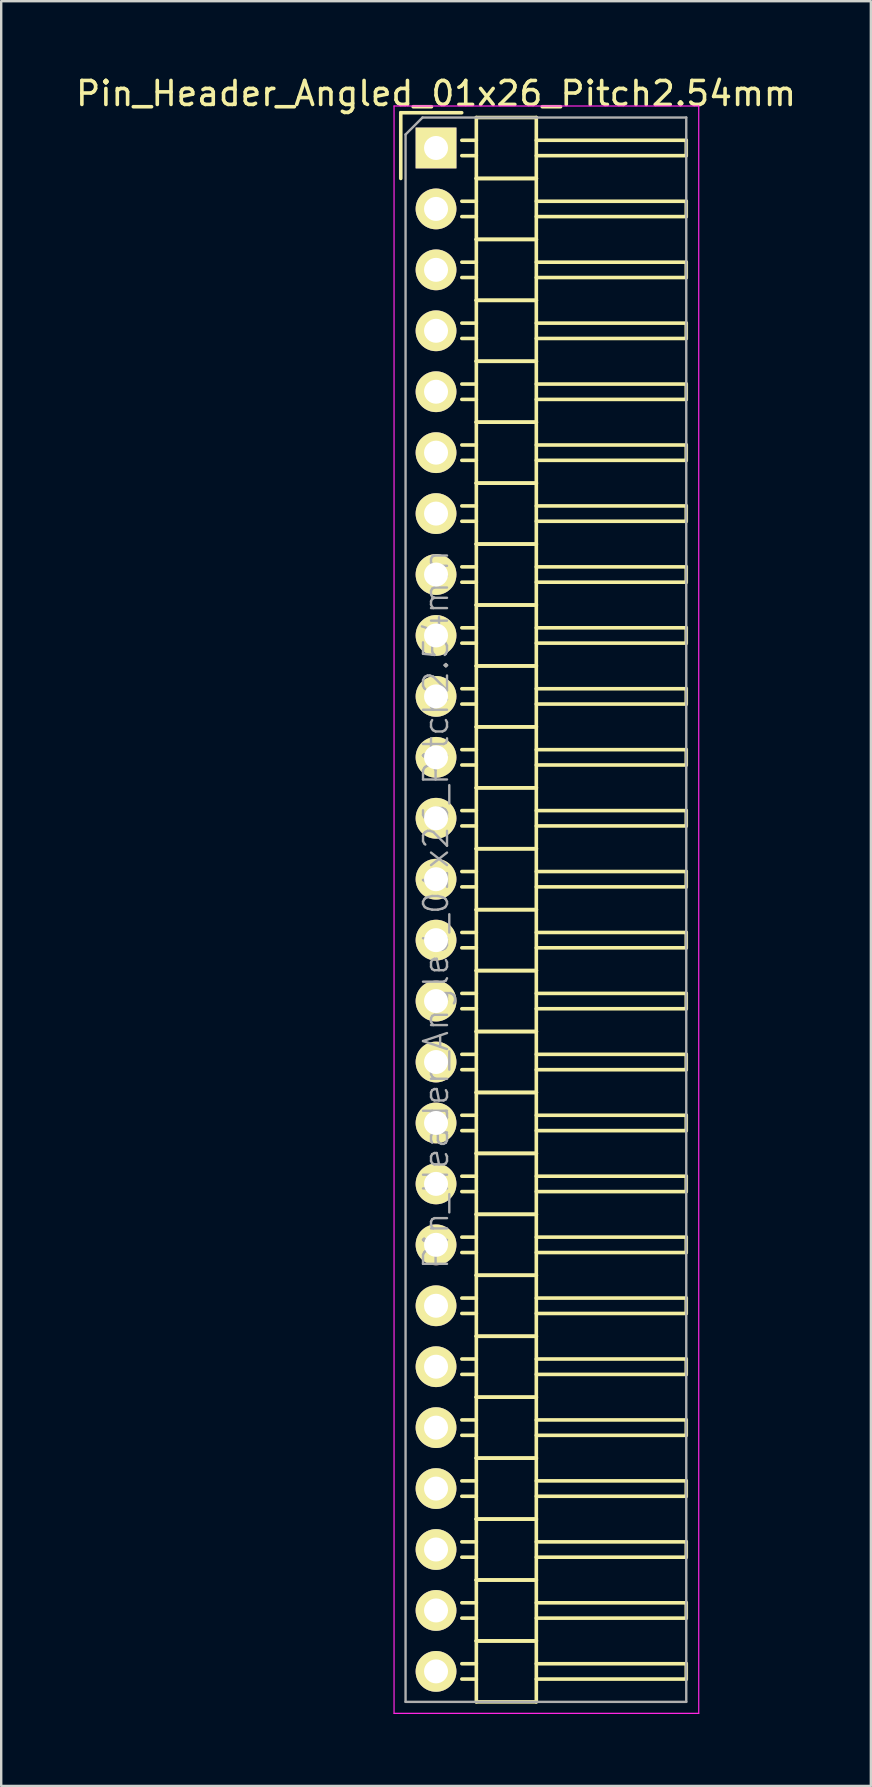
<source format=kicad_pcb>
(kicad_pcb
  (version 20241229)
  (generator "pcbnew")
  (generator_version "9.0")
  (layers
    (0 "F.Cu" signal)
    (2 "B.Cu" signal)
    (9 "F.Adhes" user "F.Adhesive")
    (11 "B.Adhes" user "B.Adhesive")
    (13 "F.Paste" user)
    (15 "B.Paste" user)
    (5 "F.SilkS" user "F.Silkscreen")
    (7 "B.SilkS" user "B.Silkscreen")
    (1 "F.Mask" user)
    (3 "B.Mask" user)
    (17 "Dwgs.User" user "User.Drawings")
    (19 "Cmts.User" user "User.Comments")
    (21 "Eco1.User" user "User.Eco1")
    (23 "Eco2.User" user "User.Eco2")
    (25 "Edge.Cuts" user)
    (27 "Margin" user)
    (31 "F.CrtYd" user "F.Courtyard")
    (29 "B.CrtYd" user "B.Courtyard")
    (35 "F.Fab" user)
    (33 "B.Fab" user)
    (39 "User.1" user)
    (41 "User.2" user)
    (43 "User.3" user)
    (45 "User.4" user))
  (footprint "Pin_Header_Angled_01x26_Pitch2.54mm"
    (layer "F.Cu")
    (at 15.125 3.118)
    (property "Reference" "Pin_Header_Angled_01x26_Pitch2.54mm" (at 0 -2.27 0) (layer "F.SilkS") (effects (font (size 1 1) (thickness 0.15))))
    (attr smd)
    (fp_line (start -1.47 -1.47) (end -1.47 1.27) (stroke (width 0.15) (type solid)) (layer "F.SilkS"))
    (fp_line (start -1.47 -1.47) (end 1.07 -1.47) (stroke (width 0.15) (type solid)) (layer "F.SilkS"))
    (fp_line (start 1.68 -0.32) (end 1.075 -0.32) (stroke (width 0.15) (type solid)) (layer "F.SilkS"))
    (fp_line (start 1.68 0.32) (end 1.075 0.32) (stroke (width 0.15) (type solid)) (layer "F.SilkS"))
    (fp_line (start 1.68 1.27) (end 1.68 -1.27) (stroke (width 0.15) (type solid)) (layer "F.SilkS"))
    (fp_line (start 1.68 2.22) (end 1.075 2.22) (stroke (width 0.15) (type solid)) (layer "F.SilkS"))
    (fp_line (start 1.68 2.86) (end 1.075 2.86) (stroke (width 0.15) (type solid)) (layer "F.SilkS"))
    (fp_line (start 1.68 3.81) (end 1.68 1.27) (stroke (width 0.15) (type solid)) (layer "F.SilkS"))
    (fp_line (start 1.68 4.76) (end 1.075 4.76) (stroke (width 0.15) (type solid)) (layer "F.SilkS"))
    (fp_line (start 1.68 5.4) (end 1.075 5.4) (stroke (width 0.15) (type solid)) (layer "F.SilkS"))
    (fp_line (start 1.68 6.35) (end 1.68 3.81) (stroke (width 0.15) (type solid)) (layer "F.SilkS"))
    (fp_line (start 1.68 7.3) (end 1.075 7.3) (stroke (width 0.15) (type solid)) (layer "F.SilkS"))
    (fp_line (start 1.68 7.94) (end 1.075 7.94) (stroke (width 0.15) (type solid)) (layer "F.SilkS"))
    (fp_line (start 1.68 8.89) (end 1.68 6.35) (stroke (width 0.15) (type solid)) (layer "F.SilkS"))
    (fp_line (start 1.68 9.84) (end 1.075 9.84) (stroke (width 0.15) (type solid)) (layer "F.SilkS"))
    (fp_line (start 1.68 10.48) (end 1.075 10.48) (stroke (width 0.15) (type solid)) (layer "F.SilkS"))
    (fp_line (start 1.68 11.43) (end 1.68 8.89) (stroke (width 0.15) (type solid)) (layer "F.SilkS"))
    (fp_line (start 1.68 12.38) (end 1.075 12.38) (stroke (width 0.15) (type solid)) (layer "F.SilkS"))
    (fp_line (start 1.68 13.02) (end 1.075 13.02) (stroke (width 0.15) (type solid)) (layer "F.SilkS"))
    (fp_line (start 1.68 13.97) (end 1.68 11.43) (stroke (width 0.15) (type solid)) (layer "F.SilkS"))
    (fp_line (start 1.68 14.92) (end 1.075 14.92) (stroke (width 0.15) (type solid)) (layer "F.SilkS"))
    (fp_line (start 1.68 15.56) (end 1.075 15.56) (stroke (width 0.15) (type solid)) (layer "F.SilkS"))
    (fp_line (start 1.68 16.51) (end 1.68 13.97) (stroke (width 0.15) (type solid)) (layer "F.SilkS"))
    (fp_line (start 1.68 17.46) (end 1.075 17.46) (stroke (width 0.15) (type solid)) (layer "F.SilkS"))
    (fp_line (start 1.68 18.1) (end 1.075 18.1) (stroke (width 0.15) (type solid)) (layer "F.SilkS"))
    (fp_line (start 1.68 19.05) (end 1.68 16.51) (stroke (width 0.15) (type solid)) (layer "F.SilkS"))
    (fp_line (start 1.68 20) (end 1.075 20) (stroke (width 0.15) (type solid)) (layer "F.SilkS"))
    (fp_line (start 1.68 20.64) (end 1.075 20.64) (stroke (width 0.15) (type solid)) (layer "F.SilkS"))
    (fp_line (start 1.68 21.59) (end 1.68 19.05) (stroke (width 0.15) (type solid)) (layer "F.SilkS"))
    (fp_line (start 1.68 22.54) (end 1.075 22.54) (stroke (width 0.15) (type solid)) (layer "F.SilkS"))
    (fp_line (start 1.68 23.18) (end 1.075 23.18) (stroke (width 0.15) (type solid)) (layer "F.SilkS"))
    (fp_line (start 1.68 24.13) (end 1.68 21.59) (stroke (width 0.15) (type solid)) (layer "F.SilkS"))
    (fp_line (start 1.68 25.08) (end 1.075 25.08) (stroke (width 0.15) (type solid)) (layer "F.SilkS"))
    (fp_line (start 1.68 25.72) (end 1.075 25.72) (stroke (width 0.15) (type solid)) (layer "F.SilkS"))
    (fp_line (start 1.68 26.67) (end 1.68 24.13) (stroke (width 0.15) (type solid)) (layer "F.SilkS"))
    (fp_line (start 1.68 27.62) (end 1.075 27.62) (stroke (width 0.15) (type solid)) (layer "F.SilkS"))
    (fp_line (start 1.68 28.26) (end 1.075 28.26) (stroke (width 0.15) (type solid)) (layer "F.SilkS"))
    (fp_line (start 1.68 29.21) (end 1.68 26.67) (stroke (width 0.15) (type solid)) (layer "F.SilkS"))
    (fp_line (start 1.68 30.16) (end 1.075 30.16) (stroke (width 0.15) (type solid)) (layer "F.SilkS"))
    (fp_line (start 1.68 30.8) (end 1.075 30.8) (stroke (width 0.15) (type solid)) (layer "F.SilkS"))
    (fp_line (start 1.68 31.75) (end 1.68 29.21) (stroke (width 0.15) (type solid)) (layer "F.SilkS"))
    (fp_line (start 1.68 32.7) (end 1.075 32.7) (stroke (width 0.15) (type solid)) (layer "F.SilkS"))
    (fp_line (start 1.68 33.34) (end 1.075 33.34) (stroke (width 0.15) (type solid)) (layer "F.SilkS"))
    (fp_line (start 1.68 34.29) (end 1.68 31.75) (stroke (width 0.15) (type solid)) (layer "F.SilkS"))
    (fp_line (start 1.68 35.24) (end 1.075 35.24) (stroke (width 0.15) (type solid)) (layer "F.SilkS"))
    (fp_line (start 1.68 35.88) (end 1.075 35.88) (stroke (width 0.15) (type solid)) (layer "F.SilkS"))
    (fp_line (start 1.68 36.83) (end 1.68 34.29) (stroke (width 0.15) (type solid)) (layer "F.SilkS"))
    (fp_line (start 1.68 37.78) (end 1.075 37.78) (stroke (width 0.15) (type solid)) (layer "F.SilkS"))
    (fp_line (start 1.68 38.42) (end 1.075 38.42) (stroke (width 0.15) (type solid)) (layer "F.SilkS"))
    (fp_line (start 1.68 39.37) (end 1.68 36.83) (stroke (width 0.15) (type solid)) (layer "F.SilkS"))
    (fp_line (start 1.68 40.32) (end 1.075 40.32) (stroke (width 0.15) (type solid)) (layer "F.SilkS"))
    (fp_line (start 1.68 40.96) (end 1.075 40.96) (stroke (width 0.15) (type solid)) (layer "F.SilkS"))
    (fp_line (start 1.68 41.91) (end 1.68 39.37) (stroke (width 0.15) (type solid)) (layer "F.SilkS"))
    (fp_line (start 1.68 42.86) (end 1.075 42.86) (stroke (width 0.15) (type solid)) (layer "F.SilkS"))
    (fp_line (start 1.68 43.5) (end 1.075 43.5) (stroke (width 0.15) (type solid)) (layer "F.SilkS"))
    (fp_line (start 1.68 44.45) (end 1.68 41.91) (stroke (width 0.15) (type solid)) (layer "F.SilkS"))
    (fp_line (start 1.68 45.4) (end 1.075 45.4) (stroke (width 0.15) (type solid)) (layer "F.SilkS"))
    (fp_line (start 1.68 46.04) (end 1.075 46.04) (stroke (width 0.15) (type solid)) (layer "F.SilkS"))
    (fp_line (start 1.68 46.99) (end 1.68 44.45) (stroke (width 0.15) (type solid)) (layer "F.SilkS"))
    (fp_line (start 1.68 47.94) (end 1.075 47.94) (stroke (width 0.15) (type solid)) (layer "F.SilkS"))
    (fp_line (start 1.68 48.58) (end 1.075 48.58) (stroke (width 0.15) (type solid)) (layer "F.SilkS"))
    (fp_line (start 1.68 49.53) (end 1.68 46.99) (stroke (width 0.15) (type solid)) (layer "F.SilkS"))
    (fp_line (start 1.68 50.48) (end 1.075 50.48) (stroke (width 0.15) (type solid)) (layer "F.SilkS"))
    (fp_line (start 1.68 51.12) (end 1.075 51.12) (stroke (width 0.15) (type solid)) (layer "F.SilkS"))
    (fp_line (start 1.68 52.07) (end 1.68 49.53) (stroke (width 0.15) (type solid)) (layer "F.SilkS"))
    (fp_line (start 1.68 53.02) (end 1.075 53.02) (stroke (width 0.15) (type solid)) (layer "F.SilkS"))
    (fp_line (start 1.68 53.66) (end 1.075 53.66) (stroke (width 0.15) (type solid)) (layer "F.SilkS"))
    (fp_line (start 1.68 54.61) (end 1.68 52.07) (stroke (width 0.15) (type solid)) (layer "F.SilkS"))
    (fp_line (start 1.68 55.56) (end 1.075 55.56) (stroke (width 0.15) (type solid)) (layer "F.SilkS"))
    (fp_line (start 1.68 56.2) (end 1.075 56.2) (stroke (width 0.15) (type solid)) (layer "F.SilkS"))
    (fp_line (start 1.68 57.15) (end 1.68 54.61) (stroke (width 0.15) (type solid)) (layer "F.SilkS"))
    (fp_line (start 1.68 58.1) (end 1.075 58.1) (stroke (width 0.15) (type solid)) (layer "F.SilkS"))
    (fp_line (start 1.68 58.74) (end 1.075 58.74) (stroke (width 0.15) (type solid)) (layer "F.SilkS"))
    (fp_line (start 1.68 59.69) (end 1.68 57.15) (stroke (width 0.15) (type solid)) (layer "F.SilkS"))
    (fp_line (start 1.68 60.64) (end 1.075 60.64) (stroke (width 0.15) (type solid)) (layer "F.SilkS"))
    (fp_line (start 1.68 61.28) (end 1.075 61.28) (stroke (width 0.15) (type solid)) (layer "F.SilkS"))
    (fp_line (start 1.68 62.23) (end 1.68 59.69) (stroke (width 0.15) (type solid)) (layer "F.SilkS"))
    (fp_line (start 1.68 63.18) (end 1.075 63.18) (stroke (width 0.15) (type solid)) (layer "F.SilkS"))
    (fp_line (start 1.68 63.82) (end 1.075 63.82) (stroke (width 0.15) (type solid)) (layer "F.SilkS"))
    (fp_line (start 1.68 64.77) (end 1.68 62.23) (stroke (width 0.15) (type solid)) (layer "F.SilkS"))
    (fp_line (start 4.18 -1.27) (end 1.68 -1.27) (stroke (width 0.15) (type solid)) (layer "F.SilkS"))
    (fp_line (start 4.18 -0.32) (end 10.43 -0.32) (stroke (width 0.15) (type solid)) (layer "F.SilkS"))
    (fp_line (start 4.18 0.32) (end 10.43 0.32) (stroke (width 0.15) (type solid)) (layer "F.SilkS"))
    (fp_line (start 4.18 1.27) (end 1.68 1.27) (stroke (width 0.15) (type solid)) (layer "F.SilkS"))
    (fp_line (start 4.18 1.27) (end 1.68 1.27) (stroke (width 0.15) (type solid)) (layer "F.SilkS"))
    (fp_line (start 4.18 1.27) (end 4.18 -1.27) (stroke (width 0.15) (type solid)) (layer "F.SilkS"))
    (fp_line (start 4.18 2.22) (end 10.43 2.22) (stroke (width 0.15) (type solid)) (layer "F.SilkS"))
    (fp_line (start 4.18 2.86) (end 10.43 2.86) (stroke (width 0.15) (type solid)) (layer "F.SilkS"))
    (fp_line (start 4.18 3.81) (end 1.68 3.81) (stroke (width 0.15) (type solid)) (layer "F.SilkS"))
    (fp_line (start 4.18 3.81) (end 1.68 3.81) (stroke (width 0.15) (type solid)) (layer "F.SilkS"))
    (fp_line (start 4.18 3.81) (end 4.18 1.27) (stroke (width 0.15) (type solid)) (layer "F.SilkS"))
    (fp_line (start 4.18 4.76) (end 10.43 4.76) (stroke (width 0.15) (type solid)) (layer "F.SilkS"))
    (fp_line (start 4.18 5.4) (end 10.43 5.4) (stroke (width 0.15) (type solid)) (layer "F.SilkS"))
    (fp_line (start 4.18 6.35) (end 1.68 6.35) (stroke (width 0.15) (type solid)) (layer "F.SilkS"))
    (fp_line (start 4.18 6.35) (end 1.68 6.35) (stroke (width 0.15) (type solid)) (layer "F.SilkS"))
    (fp_line (start 4.18 6.35) (end 4.18 3.81) (stroke (width 0.15) (type solid)) (layer "F.SilkS"))
    (fp_line (start 4.18 7.3) (end 10.43 7.3) (stroke (width 0.15) (type solid)) (layer "F.SilkS"))
    (fp_line (start 4.18 7.94) (end 10.43 7.94) (stroke (width 0.15) (type solid)) (layer "F.SilkS"))
    (fp_line (start 4.18 8.89) (end 1.68 8.89) (stroke (width 0.15) (type solid)) (layer "F.SilkS"))
    (fp_line (start 4.18 8.89) (end 1.68 8.89) (stroke (width 0.15) (type solid)) (layer "F.SilkS"))
    (fp_line (start 4.18 8.89) (end 4.18 6.35) (stroke (width 0.15) (type solid)) (layer "F.SilkS"))
    (fp_line (start 4.18 9.84) (end 10.43 9.84) (stroke (width 0.15) (type solid)) (layer "F.SilkS"))
    (fp_line (start 4.18 10.48) (end 10.43 10.48) (stroke (width 0.15) (type solid)) (layer "F.SilkS"))
    (fp_line (start 4.18 11.43) (end 1.68 11.43) (stroke (width 0.15) (type solid)) (layer "F.SilkS"))
    (fp_line (start 4.18 11.43) (end 1.68 11.43) (stroke (width 0.15) (type solid)) (layer "F.SilkS"))
    (fp_line (start 4.18 11.43) (end 4.18 8.89) (stroke (width 0.15) (type solid)) (layer "F.SilkS"))
    (fp_line (start 4.18 12.38) (end 10.43 12.38) (stroke (width 0.15) (type solid)) (layer "F.SilkS"))
    (fp_line (start 4.18 13.02) (end 10.43 13.02) (stroke (width 0.15) (type solid)) (layer "F.SilkS"))
    (fp_line (start 4.18 13.97) (end 1.68 13.97) (stroke (width 0.15) (type solid)) (layer "F.SilkS"))
    (fp_line (start 4.18 13.97) (end 1.68 13.97) (stroke (width 0.15) (type solid)) (layer "F.SilkS"))
    (fp_line (start 4.18 13.97) (end 4.18 11.43) (stroke (width 0.15) (type solid)) (layer "F.SilkS"))
    (fp_line (start 4.18 14.92) (end 10.43 14.92) (stroke (width 0.15) (type solid)) (layer "F.SilkS"))
    (fp_line (start 4.18 15.56) (end 10.43 15.56) (stroke (width 0.15) (type solid)) (layer "F.SilkS"))
    (fp_line (start 4.18 16.51) (end 1.68 16.51) (stroke (width 0.15) (type solid)) (layer "F.SilkS"))
    (fp_line (start 4.18 16.51) (end 1.68 16.51) (stroke (width 0.15) (type solid)) (layer "F.SilkS"))
    (fp_line (start 4.18 16.51) (end 4.18 13.97) (stroke (width 0.15) (type solid)) (layer "F.SilkS"))
    (fp_line (start 4.18 17.46) (end 10.43 17.46) (stroke (width 0.15) (type solid)) (layer "F.SilkS"))
    (fp_line (start 4.18 18.1) (end 10.43 18.1) (stroke (width 0.15) (type solid)) (layer "F.SilkS"))
    (fp_line (start 4.18 19.05) (end 1.68 19.05) (stroke (width 0.15) (type solid)) (layer "F.SilkS"))
    (fp_line (start 4.18 19.05) (end 1.68 19.05) (stroke (width 0.15) (type solid)) (layer "F.SilkS"))
    (fp_line (start 4.18 19.05) (end 4.18 16.51) (stroke (width 0.15) (type solid)) (layer "F.SilkS"))
    (fp_line (start 4.18 20) (end 10.43 20) (stroke (width 0.15) (type solid)) (layer "F.SilkS"))
    (fp_line (start 4.18 20.64) (end 10.43 20.64) (stroke (width 0.15) (type solid)) (layer "F.SilkS"))
    (fp_line (start 4.18 21.59) (end 1.68 21.59) (stroke (width 0.15) (type solid)) (layer "F.SilkS"))
    (fp_line (start 4.18 21.59) (end 1.68 21.59) (stroke (width 0.15) (type solid)) (layer "F.SilkS"))
    (fp_line (start 4.18 21.59) (end 4.18 19.05) (stroke (width 0.15) (type solid)) (layer "F.SilkS"))
    (fp_line (start 4.18 22.54) (end 10.43 22.54) (stroke (width 0.15) (type solid)) (layer "F.SilkS"))
    (fp_line (start 4.18 23.18) (end 10.43 23.18) (stroke (width 0.15) (type solid)) (layer "F.SilkS"))
    (fp_line (start 4.18 24.13) (end 1.68 24.13) (stroke (width 0.15) (type solid)) (layer "F.SilkS"))
    (fp_line (start 4.18 24.13) (end 1.68 24.13) (stroke (width 0.15) (type solid)) (layer "F.SilkS"))
    (fp_line (start 4.18 24.13) (end 4.18 21.59) (stroke (width 0.15) (type solid)) (layer "F.SilkS"))
    (fp_line (start 4.18 25.08) (end 10.43 25.08) (stroke (width 0.15) (type solid)) (layer "F.SilkS"))
    (fp_line (start 4.18 25.72) (end 10.43 25.72) (stroke (width 0.15) (type solid)) (layer "F.SilkS"))
    (fp_line (start 4.18 26.67) (end 1.68 26.67) (stroke (width 0.15) (type solid)) (layer "F.SilkS"))
    (fp_line (start 4.18 26.67) (end 1.68 26.67) (stroke (width 0.15) (type solid)) (layer "F.SilkS"))
    (fp_line (start 4.18 26.67) (end 4.18 24.13) (stroke (width 0.15) (type solid)) (layer "F.SilkS"))
    (fp_line (start 4.18 27.62) (end 10.43 27.62) (stroke (width 0.15) (type solid)) (layer "F.SilkS"))
    (fp_line (start 4.18 28.26) (end 10.43 28.26) (stroke (width 0.15) (type solid)) (layer "F.SilkS"))
    (fp_line (start 4.18 29.21) (end 1.68 29.21) (stroke (width 0.15) (type solid)) (layer "F.SilkS"))
    (fp_line (start 4.18 29.21) (end 1.68 29.21) (stroke (width 0.15) (type solid)) (layer "F.SilkS"))
    (fp_line (start 4.18 29.21) (end 4.18 26.67) (stroke (width 0.15) (type solid)) (layer "F.SilkS"))
    (fp_line (start 4.18 30.16) (end 10.43 30.16) (stroke (width 0.15) (type solid)) (layer "F.SilkS"))
    (fp_line (start 4.18 30.8) (end 10.43 30.8) (stroke (width 0.15) (type solid)) (layer "F.SilkS"))
    (fp_line (start 4.18 31.75) (end 1.68 31.75) (stroke (width 0.15) (type solid)) (layer "F.SilkS"))
    (fp_line (start 4.18 31.75) (end 1.68 31.75) (stroke (width 0.15) (type solid)) (layer "F.SilkS"))
    (fp_line (start 4.18 31.75) (end 4.18 29.21) (stroke (width 0.15) (type solid)) (layer "F.SilkS"))
    (fp_line (start 4.18 32.7) (end 10.43 32.7) (stroke (width 0.15) (type solid)) (layer "F.SilkS"))
    (fp_line (start 4.18 33.34) (end 10.43 33.34) (stroke (width 0.15) (type solid)) (layer "F.SilkS"))
    (fp_line (start 4.18 34.29) (end 1.68 34.29) (stroke (width 0.15) (type solid)) (layer "F.SilkS"))
    (fp_line (start 4.18 34.29) (end 1.68 34.29) (stroke (width 0.15) (type solid)) (layer "F.SilkS"))
    (fp_line (start 4.18 34.29) (end 4.18 31.75) (stroke (width 0.15) (type solid)) (layer "F.SilkS"))
    (fp_line (start 4.18 35.24) (end 10.43 35.24) (stroke (width 0.15) (type solid)) (layer "F.SilkS"))
    (fp_line (start 4.18 35.88) (end 10.43 35.88) (stroke (width 0.15) (type solid)) (layer "F.SilkS"))
    (fp_line (start 4.18 36.83) (end 1.68 36.83) (stroke (width 0.15) (type solid)) (layer "F.SilkS"))
    (fp_line (start 4.18 36.83) (end 1.68 36.83) (stroke (width 0.15) (type solid)) (layer "F.SilkS"))
    (fp_line (start 4.18 36.83) (end 4.18 34.29) (stroke (width 0.15) (type solid)) (layer "F.SilkS"))
    (fp_line (start 4.18 37.78) (end 10.43 37.78) (stroke (width 0.15) (type solid)) (layer "F.SilkS"))
    (fp_line (start 4.18 38.42) (end 10.43 38.42) (stroke (width 0.15) (type solid)) (layer "F.SilkS"))
    (fp_line (start 4.18 39.37) (end 1.68 39.37) (stroke (width 0.15) (type solid)) (layer "F.SilkS"))
    (fp_line (start 4.18 39.37) (end 1.68 39.37) (stroke (width 0.15) (type solid)) (layer "F.SilkS"))
    (fp_line (start 4.18 39.37) (end 4.18 36.83) (stroke (width 0.15) (type solid)) (layer "F.SilkS"))
    (fp_line (start 4.18 40.32) (end 10.43 40.32) (stroke (width 0.15) (type solid)) (layer "F.SilkS"))
    (fp_line (start 4.18 40.96) (end 10.43 40.96) (stroke (width 0.15) (type solid)) (layer "F.SilkS"))
    (fp_line (start 4.18 41.91) (end 1.68 41.91) (stroke (width 0.15) (type solid)) (layer "F.SilkS"))
    (fp_line (start 4.18 41.91) (end 1.68 41.91) (stroke (width 0.15) (type solid)) (layer "F.SilkS"))
    (fp_line (start 4.18 41.91) (end 4.18 39.37) (stroke (width 0.15) (type solid)) (layer "F.SilkS"))
    (fp_line (start 4.18 42.86) (end 10.43 42.86) (stroke (width 0.15) (type solid)) (layer "F.SilkS"))
    (fp_line (start 4.18 43.5) (end 10.43 43.5) (stroke (width 0.15) (type solid)) (layer "F.SilkS"))
    (fp_line (start 4.18 44.45) (end 1.68 44.45) (stroke (width 0.15) (type solid)) (layer "F.SilkS"))
    (fp_line (start 4.18 44.45) (end 1.68 44.45) (stroke (width 0.15) (type solid)) (layer "F.SilkS"))
    (fp_line (start 4.18 44.45) (end 4.18 41.91) (stroke (width 0.15) (type solid)) (layer "F.SilkS"))
    (fp_line (start 4.18 45.4) (end 10.43 45.4) (stroke (width 0.15) (type solid)) (layer "F.SilkS"))
    (fp_line (start 4.18 46.04) (end 10.43 46.04) (stroke (width 0.15) (type solid)) (layer "F.SilkS"))
    (fp_line (start 4.18 46.99) (end 1.68 46.99) (stroke (width 0.15) (type solid)) (layer "F.SilkS"))
    (fp_line (start 4.18 46.99) (end 1.68 46.99) (stroke (width 0.15) (type solid)) (layer "F.SilkS"))
    (fp_line (start 4.18 46.99) (end 4.18 44.45) (stroke (width 0.15) (type solid)) (layer "F.SilkS"))
    (fp_line (start 4.18 47.94) (end 10.43 47.94) (stroke (width 0.15) (type solid)) (layer "F.SilkS"))
    (fp_line (start 4.18 48.58) (end 10.43 48.58) (stroke (width 0.15) (type solid)) (layer "F.SilkS"))
    (fp_line (start 4.18 49.53) (end 1.68 49.53) (stroke (width 0.15) (type solid)) (layer "F.SilkS"))
    (fp_line (start 4.18 49.53) (end 1.68 49.53) (stroke (width 0.15) (type solid)) (layer "F.SilkS"))
    (fp_line (start 4.18 49.53) (end 4.18 46.99) (stroke (width 0.15) (type solid)) (layer "F.SilkS"))
    (fp_line (start 4.18 50.48) (end 10.43 50.48) (stroke (width 0.15) (type solid)) (layer "F.SilkS"))
    (fp_line (start 4.18 51.12) (end 10.43 51.12) (stroke (width 0.15) (type solid)) (layer "F.SilkS"))
    (fp_line (start 4.18 52.07) (end 1.68 52.07) (stroke (width 0.15) (type solid)) (layer "F.SilkS"))
    (fp_line (start 4.18 52.07) (end 1.68 52.07) (stroke (width 0.15) (type solid)) (layer "F.SilkS"))
    (fp_line (start 4.18 52.07) (end 4.18 49.53) (stroke (width 0.15) (type solid)) (layer "F.SilkS"))
    (fp_line (start 4.18 53.02) (end 10.43 53.02) (stroke (width 0.15) (type solid)) (layer "F.SilkS"))
    (fp_line (start 4.18 53.66) (end 10.43 53.66) (stroke (width 0.15) (type solid)) (layer "F.SilkS"))
    (fp_line (start 4.18 54.61) (end 1.68 54.61) (stroke (width 0.15) (type solid)) (layer "F.SilkS"))
    (fp_line (start 4.18 54.61) (end 1.68 54.61) (stroke (width 0.15) (type solid)) (layer "F.SilkS"))
    (fp_line (start 4.18 54.61) (end 4.18 52.07) (stroke (width 0.15) (type solid)) (layer "F.SilkS"))
    (fp_line (start 4.18 55.56) (end 10.43 55.56) (stroke (width 0.15) (type solid)) (layer "F.SilkS"))
    (fp_line (start 4.18 56.2) (end 10.43 56.2) (stroke (width 0.15) (type solid)) (layer "F.SilkS"))
    (fp_line (start 4.18 57.15) (end 1.68 57.15) (stroke (width 0.15) (type solid)) (layer "F.SilkS"))
    (fp_line (start 4.18 57.15) (end 1.68 57.15) (stroke (width 0.15) (type solid)) (layer "F.SilkS"))
    (fp_line (start 4.18 57.15) (end 4.18 54.61) (stroke (width 0.15) (type solid)) (layer "F.SilkS"))
    (fp_line (start 4.18 58.1) (end 10.43 58.1) (stroke (width 0.15) (type solid)) (layer "F.SilkS"))
    (fp_line (start 4.18 58.74) (end 10.43 58.74) (stroke (width 0.15) (type solid)) (layer "F.SilkS"))
    (fp_line (start 4.18 59.69) (end 1.68 59.69) (stroke (width 0.15) (type solid)) (layer "F.SilkS"))
    (fp_line (start 4.18 59.69) (end 1.68 59.69) (stroke (width 0.15) (type solid)) (layer "F.SilkS"))
    (fp_line (start 4.18 59.69) (end 4.18 57.15) (stroke (width 0.15) (type solid)) (layer "F.SilkS"))
    (fp_line (start 4.18 60.64) (end 10.43 60.64) (stroke (width 0.15) (type solid)) (layer "F.SilkS"))
    (fp_line (start 4.18 61.28) (end 10.43 61.28) (stroke (width 0.15) (type solid)) (layer "F.SilkS"))
    (fp_line (start 4.18 62.23) (end 1.68 62.23) (stroke (width 0.15) (type solid)) (layer "F.SilkS"))
    (fp_line (start 4.18 62.23) (end 1.68 62.23) (stroke (width 0.15) (type solid)) (layer "F.SilkS"))
    (fp_line (start 4.18 62.23) (end 4.18 59.69) (stroke (width 0.15) (type solid)) (layer "F.SilkS"))
    (fp_line (start 4.18 63.18) (end 10.43 63.18) (stroke (width 0.15) (type solid)) (layer "F.SilkS"))
    (fp_line (start 4.18 63.82) (end 10.43 63.82) (stroke (width 0.15) (type solid)) (layer "F.SilkS"))
    (fp_line (start 4.18 64.77) (end 1.68 64.77) (stroke (width 0.15) (type solid)) (layer "F.SilkS"))
    (fp_line (start 4.18 64.77) (end 4.18 62.23) (stroke (width 0.15) (type solid)) (layer "F.SilkS"))
    (fp_line (start 10.43 0.32) (end 10.43 -0.32) (stroke (width 0.15) (type solid)) (layer "F.SilkS"))
    (fp_line (start 10.43 2.86) (end 10.43 2.22) (stroke (width 0.15) (type solid)) (layer "F.SilkS"))
    (fp_line (start 10.43 5.4) (end 10.43 4.76) (stroke (width 0.15) (type solid)) (layer "F.SilkS"))
    (fp_line (start 10.43 7.94) (end 10.43 7.3) (stroke (width 0.15) (type solid)) (layer "F.SilkS"))
    (fp_line (start 10.43 10.48) (end 10.43 9.84) (stroke (width 0.15) (type solid)) (layer "F.SilkS"))
    (fp_line (start 10.43 13.02) (end 10.43 12.38) (stroke (width 0.15) (type solid)) (layer "F.SilkS"))
    (fp_line (start 10.43 15.56) (end 10.43 14.92) (stroke (width 0.15) (type solid)) (layer "F.SilkS"))
    (fp_line (start 10.43 18.1) (end 10.43 17.46) (stroke (width 0.15) (type solid)) (layer "F.SilkS"))
    (fp_line (start 10.43 20.64) (end 10.43 20) (stroke (width 0.15) (type solid)) (layer "F.SilkS"))
    (fp_line (start 10.43 23.18) (end 10.43 22.54) (stroke (width 0.15) (type solid)) (layer "F.SilkS"))
    (fp_line (start 10.43 25.72) (end 10.43 25.08) (stroke (width 0.15) (type solid)) (layer "F.SilkS"))
    (fp_line (start 10.43 28.26) (end 10.43 27.62) (stroke (width 0.15) (type solid)) (layer "F.SilkS"))
    (fp_line (start 10.43 30.8) (end 10.43 30.16) (stroke (width 0.15) (type solid)) (layer "F.SilkS"))
    (fp_line (start 10.43 33.34) (end 10.43 32.7) (stroke (width 0.15) (type solid)) (layer "F.SilkS"))
    (fp_line (start 10.43 35.88) (end 10.43 35.24) (stroke (width 0.15) (type solid)) (layer "F.SilkS"))
    (fp_line (start 10.43 38.42) (end 10.43 37.78) (stroke (width 0.15) (type solid)) (layer "F.SilkS"))
    (fp_line (start 10.43 40.96) (end 10.43 40.32) (stroke (width 0.15) (type solid)) (layer "F.SilkS"))
    (fp_line (start 10.43 43.5) (end 10.43 42.86) (stroke (width 0.15) (type solid)) (layer "F.SilkS"))
    (fp_line (start 10.43 46.04) (end 10.43 45.4) (stroke (width 0.15) (type solid)) (layer "F.SilkS"))
    (fp_line (start 10.43 48.58) (end 10.43 47.94) (stroke (width 0.15) (type solid)) (layer "F.SilkS"))
    (fp_line (start 10.43 51.12) (end 10.43 50.48) (stroke (width 0.15) (type solid)) (layer "F.SilkS"))
    (fp_line (start 10.43 53.66) (end 10.43 53.02) (stroke (width 0.15) (type solid)) (layer "F.SilkS"))
    (fp_line (start 10.43 56.2) (end 10.43 55.56) (stroke (width 0.15) (type solid)) (layer "F.SilkS"))
    (fp_line (start 10.43 58.74) (end 10.43 58.1) (stroke (width 0.15) (type solid)) (layer "F.SilkS"))
    (fp_line (start 10.43 61.28) (end 10.43 60.64) (stroke (width 0.15) (type solid)) (layer "F.SilkS"))
    (fp_line (start 10.43 63.82) (end 10.43 63.18) (stroke (width 0.15) (type solid)) (layer "F.SilkS"))
    (fp_line (start -1.75 -1.75) (end -1.75 65.25) (stroke (width 0.05) (type solid)) (layer "F.CrtYd"))
    (fp_line (start 10.95 -1.75) (end -1.75 -1.75) (stroke (width 0.05) (type solid)) (layer "F.CrtYd"))
    (fp_line (start 10.95 -1.75) (end 10.95 65.25) (stroke (width 0.05) (type solid)) (layer "F.CrtYd"))
    (fp_line (start 10.95 65.25) (end -1.75 65.25) (stroke (width 0.05) (type solid)) (layer "F.CrtYd"))
    (fp_line (start -1.27 -0.563) (end -0.563 -1.27) (stroke (width 0.1) (type solid)) (layer "F.Fab"))
    (fp_line (start -1.27 64.77) (end -1.27 -0.563) (stroke (width 0.1) (type solid)) (layer "F.Fab"))
    (fp_line (start 10.43 -1.27) (end -0.563 -1.27) (stroke (width 0.1) (type solid)) (layer "F.Fab"))
    (fp_line (start 10.43 64.77) (end -1.27 64.77) (stroke (width 0.1) (type solid)) (layer "F.Fab"))
    (fp_line (start 10.43 64.77) (end 10.43 -1.27) (stroke (width 0.1) (type solid)) (layer "F.Fab"))
    (fp_text user "${REFERENCE}" (at 0 31.75 90) (layer "F.Fab") (effects (font (size 1 1) (thickness 0.1))))
    (pad "1" thru_hole rect (at 0 0) (size 1.7 1.7) (drill 1) (layers "*.Cu" "*.Mask" "F.SilkS"))
    (pad "2" thru_hole oval (at 0 2.54) (size 1.7 1.7) (drill 1) (layers "*.Cu" "*.Mask" "F.SilkS"))
    (pad "3" thru_hole oval (at 0 5.08) (size 1.7 1.7) (drill 1) (layers "*.Cu" "*.Mask" "F.SilkS"))
    (pad "4" thru_hole oval (at 0 7.62) (size 1.7 1.7) (drill 1) (layers "*.Cu" "*.Mask" "F.SilkS"))
    (pad "5" thru_hole oval (at 0 10.16) (size 1.7 1.7) (drill 1) (layers "*.Cu" "*.Mask" "F.SilkS"))
    (pad "6" thru_hole oval (at 0 12.7) (size 1.7 1.7) (drill 1) (layers "*.Cu" "*.Mask" "F.SilkS"))
    (pad "7" thru_hole oval (at 0 15.24) (size 1.7 1.7) (drill 1) (layers "*.Cu" "*.Mask" "F.SilkS"))
    (pad "8" thru_hole oval (at 0 17.78) (size 1.7 1.7) (drill 1) (layers "*.Cu" "*.Mask" "F.SilkS"))
    (pad "9" thru_hole oval (at 0 20.32) (size 1.7 1.7) (drill 1) (layers "*.Cu" "*.Mask" "F.SilkS"))
    (pad "10" thru_hole oval (at 0 22.86) (size 1.7 1.7) (drill 1) (layers "*.Cu" "*.Mask" "F.SilkS"))
    (pad "11" thru_hole oval (at 0 25.4) (size 1.7 1.7) (drill 1) (layers "*.Cu" "*.Mask" "F.SilkS"))
    (pad "12" thru_hole oval (at 0 27.94) (size 1.7 1.7) (drill 1) (layers "*.Cu" "*.Mask" "F.SilkS"))
    (pad "13" thru_hole oval (at 0 30.48) (size 1.7 1.7) (drill 1) (layers "*.Cu" "*.Mask" "F.SilkS"))
    (pad "14" thru_hole oval (at 0 33.02) (size 1.7 1.7) (drill 1) (layers "*.Cu" "*.Mask" "F.SilkS"))
    (pad "15" thru_hole oval (at 0 35.56) (size 1.7 1.7) (drill 1) (layers "*.Cu" "*.Mask" "F.SilkS"))
    (pad "16" thru_hole oval (at 0 38.1) (size 1.7 1.7) (drill 1) (layers "*.Cu" "*.Mask" "F.SilkS"))
    (pad "17" thru_hole oval (at 0 40.64) (size 1.7 1.7) (drill 1) (layers "*.Cu" "*.Mask" "F.SilkS"))
    (pad "18" thru_hole oval (at 0 43.18) (size 1.7 1.7) (drill 1) (layers "*.Cu" "*.Mask" "F.SilkS"))
    (pad "19" thru_hole oval (at 0 45.72) (size 1.7 1.7) (drill 1) (layers "*.Cu" "*.Mask" "F.SilkS"))
    (pad "20" thru_hole oval (at 0 48.26) (size 1.7 1.7) (drill 1) (layers "*.Cu" "*.Mask" "F.SilkS"))
    (pad "21" thru_hole oval (at 0 50.8) (size 1.7 1.7) (drill 1) (layers "*.Cu" "*.Mask" "F.SilkS"))
    (pad "22" thru_hole oval (at 0 53.34) (size 1.7 1.7) (drill 1) (layers "*.Cu" "*.Mask" "F.SilkS"))
    (pad "23" thru_hole oval (at 0 55.88) (size 1.7 1.7) (drill 1) (layers "*.Cu" "*.Mask" "F.SilkS"))
    (pad "24" thru_hole oval (at 0 58.42) (size 1.7 1.7) (drill 1) (layers "*.Cu" "*.Mask" "F.SilkS"))
    (pad "25" thru_hole oval (at 0 60.96) (size 1.7 1.7) (drill 1) (layers "*.Cu" "*.Mask" "F.SilkS"))
    (pad "26" thru_hole oval (at 0 63.5) (size 1.7 1.7) (drill 1) (layers "*.Cu" "*.Mask" "F.SilkS")))
  (gr_rect
    (start -3 -3)
    (end 33.25 71.393)
    (stroke (width 0.1) (type default))
    (fill no)
    (layer "Edge.Cuts")))
</source>
